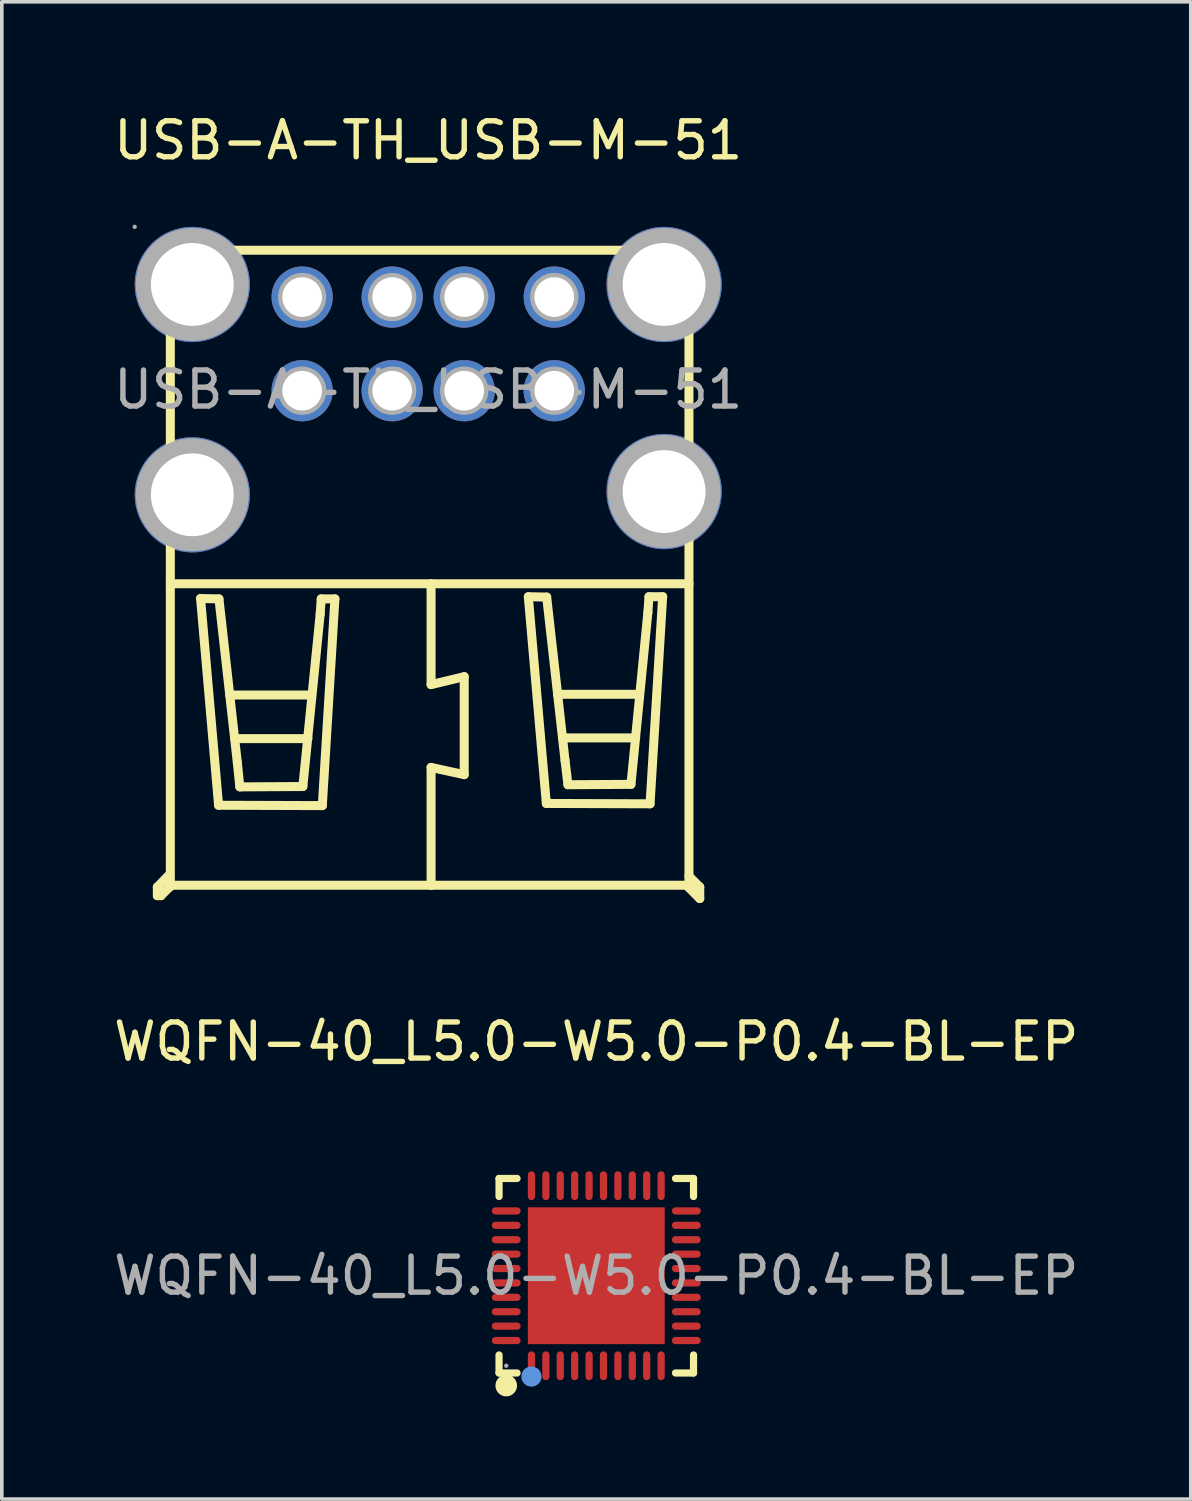
<source format=kicad_pcb>
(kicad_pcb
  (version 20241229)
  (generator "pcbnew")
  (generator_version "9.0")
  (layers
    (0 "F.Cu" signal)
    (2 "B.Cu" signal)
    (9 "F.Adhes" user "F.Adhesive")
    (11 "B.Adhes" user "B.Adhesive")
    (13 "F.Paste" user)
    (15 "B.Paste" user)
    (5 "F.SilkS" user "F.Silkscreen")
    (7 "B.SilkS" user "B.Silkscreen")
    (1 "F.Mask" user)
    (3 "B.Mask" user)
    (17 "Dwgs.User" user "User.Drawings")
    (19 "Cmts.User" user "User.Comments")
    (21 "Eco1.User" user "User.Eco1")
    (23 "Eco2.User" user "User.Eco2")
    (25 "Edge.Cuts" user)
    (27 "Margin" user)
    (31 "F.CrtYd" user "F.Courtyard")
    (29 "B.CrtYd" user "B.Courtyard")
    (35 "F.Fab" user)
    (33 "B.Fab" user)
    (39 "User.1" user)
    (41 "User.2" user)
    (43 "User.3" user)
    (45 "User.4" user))
  (footprint "USB-A-TH_USB-M-51"
    (layer "F.Cu")
    (at 8.839 7.768)
    (property "Reference" "USB-A-TH_USB-M-51" (at 0 -6.92 0) (layer "F.SilkS") (effects (font (size 1 1) (thickness 0.15))))
    (attr through_hole)
    (fp_line (start -7.52 13.81) (end -7.52 14.05) (stroke (width 0.25) (type solid)) (layer "F.SilkS"))
    (fp_line (start -7.52 14.05) (end -7.42 14.05) (stroke (width 0.25) (type solid)) (layer "F.SilkS"))
    (fp_line (start -7.42 14.05) (end -7.13 13.76) (stroke (width 0.25) (type solid)) (layer "F.SilkS"))
    (fp_line (start -7.17 13.45) (end -7.52 13.81) (stroke (width 0.25) (type solid)) (layer "F.SilkS"))
    (fp_line (start -7.16 -2.6) (end -7.16 13.8) (stroke (width 0.25) (type solid)) (layer "F.SilkS"))
    (fp_line (start -7.16 5.39) (end 7.24 5.39) (stroke (width 0.25) (type solid)) (layer "F.SilkS"))
    (fp_line (start -7.15 -3.87) (end 7.25 -3.87) (stroke (width 0.25) (type solid)) (layer "F.SilkS"))
    (fp_line (start -7.13 13.76) (end 7.17 13.76) (stroke (width 0.25) (type solid)) (layer "F.SilkS"))
    (fp_line (start -6.32 5.8) (end -5.81 5.81) (stroke (width 0.25) (type solid)) (layer "F.SilkS"))
    (fp_line (start -5.82 11.54) (end -6.32 5.8) (stroke (width 0.25) (type solid)) (layer "F.SilkS"))
    (fp_line (start -5.81 5.81) (end -5.3 10.35) (stroke (width 0.25) (type solid)) (layer "F.SilkS"))
    (fp_line (start -5.51 8.48) (end -3.25 8.48) (stroke (width 0.25) (type solid)) (layer "F.SilkS"))
    (fp_line (start -5.37 9.69) (end -3.34 9.69) (stroke (width 0.25) (type solid)) (layer "F.SilkS"))
    (fp_line (start -5.3 10.35) (end -5.23 11.03) (stroke (width 0.25) (type solid)) (layer "F.SilkS"))
    (fp_line (start -5.23 11.03) (end -3.48 11.02) (stroke (width 0.25) (type solid)) (layer "F.SilkS"))
    (fp_line (start -3.48 11.02) (end -3 6.24) (stroke (width 0.25) (type solid)) (layer "F.SilkS"))
    (fp_line (start -3 6.24) (end -2.97 5.81) (stroke (width 0.25) (type solid)) (layer "F.SilkS"))
    (fp_line (start -2.97 5.81) (end -2.59 5.81) (stroke (width 0.25) (type solid)) (layer "F.SilkS"))
    (fp_line (start -2.94 11.55) (end -5.82 11.54) (stroke (width 0.25) (type solid)) (layer "F.SilkS"))
    (fp_line (start -2.59 5.81) (end -2.94 11.55) (stroke (width 0.25) (type solid)) (layer "F.SilkS"))
    (fp_line (start 0.08 5.39) (end 0.08 8.19) (stroke (width 0.25) (type solid)) (layer "F.SilkS"))
    (fp_line (start 0.08 8.19) (end 1 7.97) (stroke (width 0.25) (type solid)) (layer "F.SilkS"))
    (fp_line (start 0.08 10.49) (end 0.08 13.77) (stroke (width 0.25) (type solid)) (layer "F.SilkS"))
    (fp_line (start 1 7.97) (end 1 10.69) (stroke (width 0.25) (type solid)) (layer "F.SilkS"))
    (fp_line (start 1 10.69) (end 0.08 10.49) (stroke (width 0.25) (type solid)) (layer "F.SilkS"))
    (fp_line (start 2.78 5.75) (end 3.29 5.76) (stroke (width 0.25) (type solid)) (layer "F.SilkS"))
    (fp_line (start 3.28 11.49) (end 2.78 5.75) (stroke (width 0.25) (type solid)) (layer "F.SilkS"))
    (fp_line (start 3.29 5.76) (end 3.8 10.3) (stroke (width 0.25) (type solid)) (layer "F.SilkS"))
    (fp_line (start 3.59 8.46) (end 5.85 8.46) (stroke (width 0.25) (type solid)) (layer "F.SilkS"))
    (fp_line (start 3.73 9.67) (end 5.76 9.67) (stroke (width 0.25) (type solid)) (layer "F.SilkS"))
    (fp_line (start 3.8 10.3) (end 3.88 10.97) (stroke (width 0.25) (type solid)) (layer "F.SilkS"))
    (fp_line (start 3.88 10.97) (end 5.63 10.96) (stroke (width 0.25) (type solid)) (layer "F.SilkS"))
    (fp_line (start 5.63 10.96) (end 6.1 6.18) (stroke (width 0.25) (type solid)) (layer "F.SilkS"))
    (fp_line (start 6.1 6.18) (end 6.13 5.75) (stroke (width 0.25) (type solid)) (layer "F.SilkS"))
    (fp_line (start 6.13 5.75) (end 6.51 5.75) (stroke (width 0.25) (type solid)) (layer "F.SilkS"))
    (fp_line (start 6.16 11.5) (end 3.28 11.49) (stroke (width 0.25) (type solid)) (layer "F.SilkS"))
    (fp_line (start 6.51 5.75) (end 6.16 11.5) (stroke (width 0.25) (type solid)) (layer "F.SilkS"))
    (fp_line (start 7.17 13.76) (end 7.54 14.13) (stroke (width 0.25) (type solid)) (layer "F.SilkS"))
    (fp_line (start 7.24 -2.59) (end 7.24 13.81) (stroke (width 0.25) (type solid)) (layer "F.SilkS"))
    (fp_line (start 7.54 13.81) (end 7.24 13.51) (stroke (width 0.25) (type solid)) (layer "F.SilkS"))
    (fp_line (start 7.54 14.13) (end 7.54 13.81) (stroke (width 0.25) (type solid)) (layer "F.SilkS"))
    (fp_circle (center -8.15 -4.52) (end -8.12 -4.52) (stroke (width 0.06) (type solid)) (fill no) (layer "F.Fab"))
    (fp_circle (center -6.55 -2.92) (end -6.03 -2.92) (stroke (width 1.05) (type solid)) (fill no) (layer "F.Fab"))
    (fp_circle (center -6.55 2.92) (end -6.03 2.92) (stroke (width 1.05) (type solid)) (fill no) (layer "F.Fab"))
    (fp_circle (center -3.5 -2.57) (end -3.28 -2.57) (stroke (width 0.45) (type solid)) (fill no) (layer "F.Fab"))
    (fp_circle (center -3.5 0.03) (end -3.28 0.03) (stroke (width 0.45) (type solid)) (fill no) (layer "F.Fab"))
    (fp_circle (center -1 -2.57) (end -0.78 -2.57) (stroke (width 0.45) (type solid)) (fill no) (layer "F.Fab"))
    (fp_circle (center -1 0.03) (end -0.78 0.03) (stroke (width 0.45) (type solid)) (fill no) (layer "F.Fab"))
    (fp_circle (center 1 -2.57) (end 1.22 -2.57) (stroke (width 0.45) (type solid)) (fill no) (layer "F.Fab"))
    (fp_circle (center 1 0.03) (end 1.22 0.03) (stroke (width 0.45) (type solid)) (fill no) (layer "F.Fab"))
    (fp_circle (center 3.5 -2.57) (end 3.72 -2.57) (stroke (width 0.45) (type solid)) (fill no) (layer "F.Fab"))
    (fp_circle (center 3.5 0.03) (end 3.72 0.03) (stroke (width 0.45) (type solid)) (fill no) (layer "F.Fab"))
    (fp_circle (center 6.55 -2.92) (end 7.07 -2.92) (stroke (width 1.05) (type solid)) (fill no) (layer "F.Fab"))
    (fp_circle (center 6.55 2.83) (end 7.07 2.83) (stroke (width 1.05) (type solid)) (fill no) (layer "F.Fab"))
    (fp_text user "${REFERENCE}" (at 0 0 0) (layer "F.Fab") (effects (font (size 1 1) (thickness 0.15))))
    (pad "1" thru_hole circle (at -3.5 -2.57 270) (size 1.7 1.7) (drill 1.1) (layers "*.Cu" "*.Mask"))
    (pad "2" thru_hole circle (at -1 -2.57 270) (size 1.7 1.7) (drill 1.1) (layers "*.Cu" "*.Mask"))
    (pad "3" thru_hole circle (at 1 -2.57 270) (size 1.7 1.7) (drill 1.1) (layers "*.Cu" "*.Mask"))
    (pad "4" thru_hole circle (at 3.5 -2.57 270) (size 1.7 1.7) (drill 1.1) (layers "*.Cu" "*.Mask"))
    (pad "5" thru_hole circle (at -3.5 0.03 270) (size 1.7 1.7) (drill 1.1) (layers "*.Cu" "*.Mask"))
    (pad "6" thru_hole circle (at -1 0.03 270) (size 1.7 1.7) (drill 1.1) (layers "*.Cu" "*.Mask"))
    (pad "7" thru_hole circle (at 1 0.03 270) (size 1.7 1.7) (drill 1.1) (layers "*.Cu" "*.Mask"))
    (pad "8" thru_hole circle (at 3.5 0.03 270) (size 1.7 1.7) (drill 1.1) (layers "*.Cu" "*.Mask"))
    (pad "9" thru_hole circle (at -6.55 -2.92 90) (size 3.2 3.2) (drill 2.3) (layers "*.Cu" "*.Mask"))
    (pad "9" thru_hole circle (at -6.55 2.92 90) (size 3.2 3.2) (drill 2.3) (layers "*.Cu" "*.Mask"))
    (pad "9" thru_hole circle (at 6.55 -2.92 90) (size 3.2 3.2) (drill 2.3) (layers "*.Cu" "*.Mask"))
    (pad "9" thru_hole circle (at 6.55 2.83 90) (size 3.2 3.2) (drill 2.3) (layers "*.Cu" "*.Mask")))
  (footprint "WQFN-40_L5.0-W5.0-P0.4-BL-EP"
    (layer "F.Cu")
    (at 13.506 32.371)
    (property "Reference" "WQFN-40_L5.0-W5.0-P0.4-BL-EP" (at 0 -6.5 0) (layer "F.SilkS") (effects (font (size 1 1) (thickness 0.15))))
    (attr smd)
    (fp_line (start -2.7 -2.7) (end -2.7 -2.2) (stroke (width 0.2) (type solid)) (layer "F.SilkS"))
    (fp_line (start -2.7 2.7) (end -2.7 2.2) (stroke (width 0.2) (type solid)) (layer "F.SilkS"))
    (fp_line (start -2.2 -2.7) (end -2.7 -2.7) (stroke (width 0.2) (type solid)) (layer "F.SilkS"))
    (fp_line (start -2.2 2.7) (end -2.7 2.7) (stroke (width 0.2) (type solid)) (layer "F.SilkS"))
    (fp_line (start 2.7 -2.7) (end 2.2 -2.7) (stroke (width 0.2) (type solid)) (layer "F.SilkS"))
    (fp_line (start 2.7 -2.2) (end 2.7 -2.7) (stroke (width 0.2) (type solid)) (layer "F.SilkS"))
    (fp_line (start 2.7 2.2) (end 2.7 2.7) (stroke (width 0.2) (type solid)) (layer "F.SilkS"))
    (fp_line (start 2.7 2.7) (end 2.2 2.7) (stroke (width 0.2) (type solid)) (layer "F.SilkS"))
    (fp_arc (start -2.5 3.05) (mid -2.5 3.05) (end -2.5 3.05) (stroke (width 0.3) (type solid)) (layer "F.SilkS"))
    (fp_circle (center -1.8 2.8) (end -1.66 2.8) (stroke (width 0.28) (type solid)) (fill no) (layer "Cmts.User"))
    (fp_circle (center -2.5 2.5) (end -2.47 2.5) (stroke (width 0.06) (type solid)) (fill no) (layer "F.Fab"))
    (fp_text user "${REFERENCE}" (at 0 0 0) (layer "F.Fab") (effects (font (size 1 1) (thickness 0.15))))
    (pad "1" smd oval (at -1.8 2.5 180) (size 0.2 0.8) (layers "F.Cu" "F.Mask" "F.Paste"))
    (pad "2" smd oval (at -1.4 2.5 180) (size 0.2 0.8) (layers "F.Cu" "F.Mask" "F.Paste"))
    (pad "3" smd oval (at -1 2.5 180) (size 0.2 0.8) (layers "F.Cu" "F.Mask" "F.Paste"))
    (pad "4" smd oval (at -0.6 2.5 180) (size 0.2 0.8) (layers "F.Cu" "F.Mask" "F.Paste"))
    (pad "5" smd oval (at -0.2 2.5 180) (size 0.2 0.8) (layers "F.Cu" "F.Mask" "F.Paste"))
    (pad "6" smd oval (at 0.2 2.5 180) (size 0.2 0.8) (layers "F.Cu" "F.Mask" "F.Paste"))
    (pad "7" smd oval (at 0.6 2.5 180) (size 0.2 0.8) (layers "F.Cu" "F.Mask" "F.Paste"))
    (pad "8" smd oval (at 1 2.5 180) (size 0.2 0.8) (layers "F.Cu" "F.Mask" "F.Paste"))
    (pad "9" smd oval (at 1.4 2.5 180) (size 0.2 0.8) (layers "F.Cu" "F.Mask" "F.Paste"))
    (pad "10" smd oval (at 1.8 2.5 180) (size 0.2 0.8) (layers "F.Cu" "F.Mask" "F.Paste"))
    (pad "11" smd oval (at 2.5 1.8 270) (size 0.2 0.8) (layers "F.Cu" "F.Mask" "F.Paste"))
    (pad "12" smd oval (at 2.5 1.4 270) (size 0.2 0.8) (layers "F.Cu" "F.Mask" "F.Paste"))
    (pad "13" smd oval (at 2.5 1 270) (size 0.2 0.8) (layers "F.Cu" "F.Mask" "F.Paste"))
    (pad "14" smd oval (at 2.5 0.6 270) (size 0.2 0.8) (layers "F.Cu" "F.Mask" "F.Paste"))
    (pad "15" smd oval (at 2.5 0.2 270) (size 0.2 0.8) (layers "F.Cu" "F.Mask" "F.Paste"))
    (pad "16" smd oval (at 2.5 -0.2 270) (size 0.2 0.8) (layers "F.Cu" "F.Mask" "F.Paste"))
    (pad "17" smd oval (at 2.5 -0.6 270) (size 0.2 0.8) (layers "F.Cu" "F.Mask" "F.Paste"))
    (pad "18" smd oval (at 2.5 -1 270) (size 0.2 0.8) (layers "F.Cu" "F.Mask" "F.Paste"))
    (pad "19" smd oval (at 2.5 -1.4 270) (size 0.2 0.8) (layers "F.Cu" "F.Mask" "F.Paste"))
    (pad "20" smd oval (at 2.5 -1.8 270) (size 0.2 0.8) (layers "F.Cu" "F.Mask" "F.Paste"))
    (pad "21" smd oval (at 1.8 -2.5) (size 0.2 0.8) (layers "F.Cu" "F.Mask" "F.Paste"))
    (pad "22" smd oval (at 1.4 -2.5) (size 0.2 0.8) (layers "F.Cu" "F.Mask" "F.Paste"))
    (pad "23" smd oval (at 1 -2.5) (size 0.2 0.8) (layers "F.Cu" "F.Mask" "F.Paste"))
    (pad "24" smd oval (at 0.6 -2.5) (size 0.2 0.8) (layers "F.Cu" "F.Mask" "F.Paste"))
    (pad "25" smd oval (at 0.2 -2.5) (size 0.2 0.8) (layers "F.Cu" "F.Mask" "F.Paste"))
    (pad "26" smd oval (at -0.2 -2.5) (size 0.2 0.8) (layers "F.Cu" "F.Mask" "F.Paste"))
    (pad "27" smd oval (at -0.6 -2.5) (size 0.2 0.8) (layers "F.Cu" "F.Mask" "F.Paste"))
    (pad "28" smd oval (at -1 -2.5) (size 0.2 0.8) (layers "F.Cu" "F.Mask" "F.Paste"))
    (pad "29" smd oval (at -1.4 -2.5) (size 0.2 0.8) (layers "F.Cu" "F.Mask" "F.Paste"))
    (pad "30" smd oval (at -1.8 -2.5) (size 0.2 0.8) (layers "F.Cu" "F.Mask" "F.Paste"))
    (pad "31" smd oval (at -2.5 -1.8 90) (size 0.2 0.8) (layers "F.Cu" "F.Mask" "F.Paste"))
    (pad "32" smd oval (at -2.5 -1.4 90) (size 0.2 0.8) (layers "F.Cu" "F.Mask" "F.Paste"))
    (pad "33" smd oval (at -2.5 -1 90) (size 0.2 0.8) (layers "F.Cu" "F.Mask" "F.Paste"))
    (pad "34" smd oval (at -2.5 -0.6 90) (size 0.2 0.8) (layers "F.Cu" "F.Mask" "F.Paste"))
    (pad "35" smd oval (at -2.5 -0.2 90) (size 0.2 0.8) (layers "F.Cu" "F.Mask" "F.Paste"))
    (pad "36" smd oval (at -2.5 0.2 90) (size 0.2 0.8) (layers "F.Cu" "F.Mask" "F.Paste"))
    (pad "37" smd oval (at -2.5 0.6 90) (size 0.2 0.8) (layers "F.Cu" "F.Mask" "F.Paste"))
    (pad "38" smd oval (at -2.5 1 90) (size 0.2 0.8) (layers "F.Cu" "F.Mask" "F.Paste"))
    (pad "39" smd oval (at -2.5 1.4 90) (size 0.2 0.8) (layers "F.Cu" "F.Mask" "F.Paste"))
    (pad "40" smd oval (at -2.5 1.8 90) (size 0.2 0.8) (layers "F.Cu" "F.Mask" "F.Paste"))
    (pad "41" smd rect (at 0 0 90) (size 3.8 3.8) (layers "F.Cu" "F.Mask" "F.Paste")))
  (gr_rect
    (start -3 -3)
    (end 30.012 38.572)
    (stroke (width 0.1) (type default))
    (fill no)
    (layer "Edge.Cuts")))
</source>
